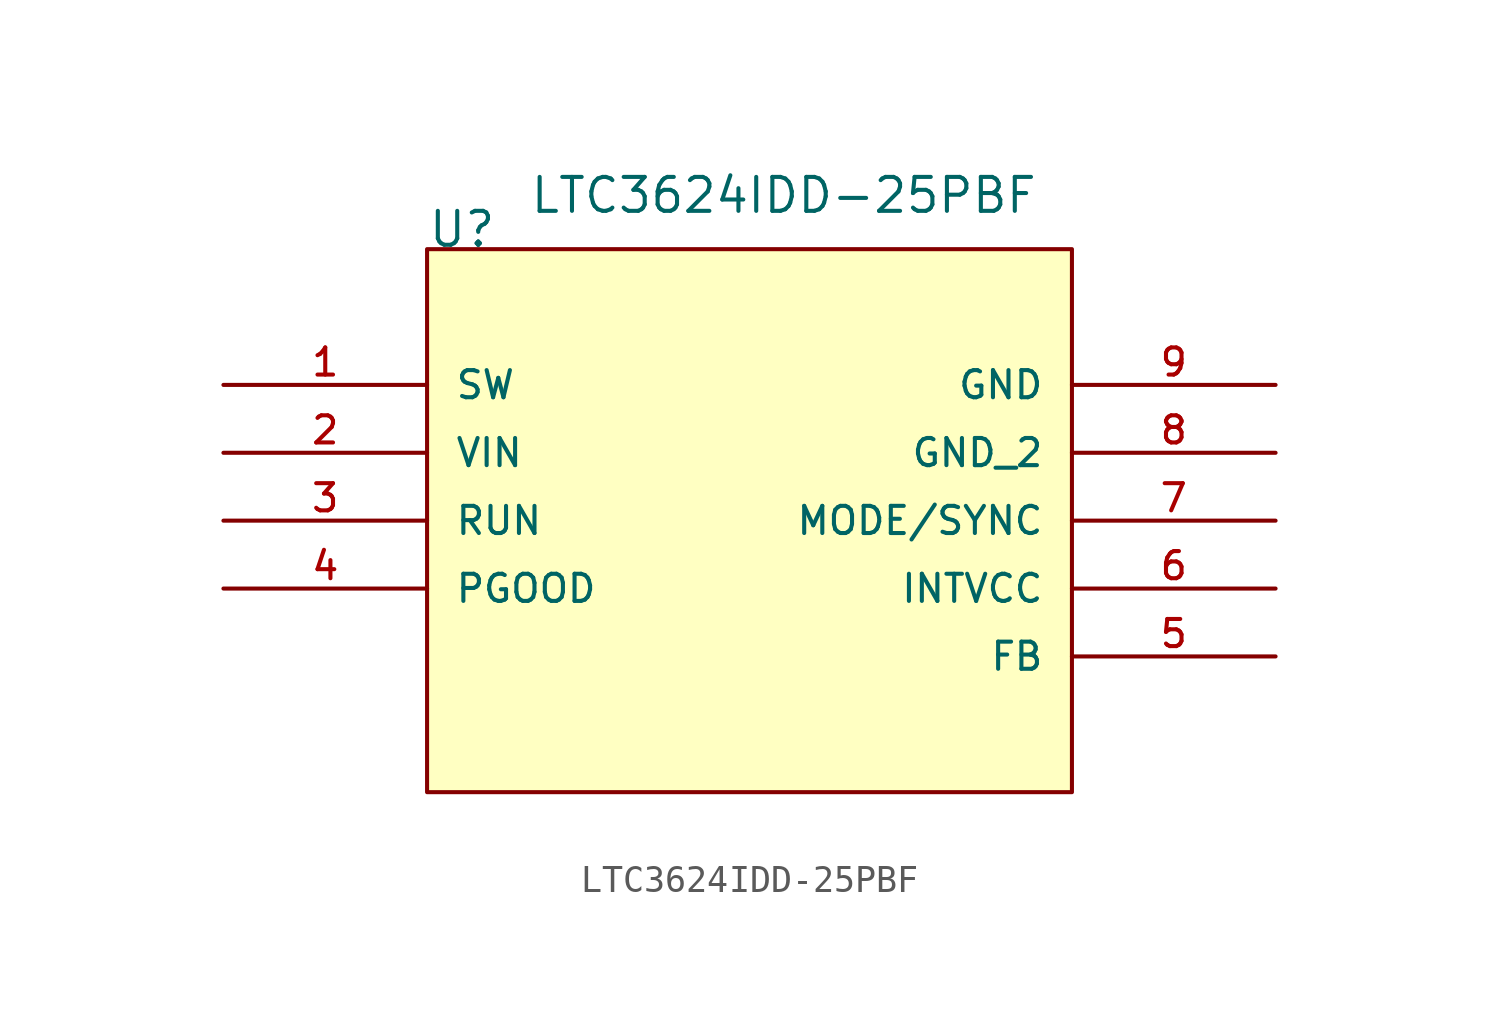
<source format=kicad_sym>
(kicad_symbol_lib
  (version 20220914)
  (generator kicad_symbol_editor)
  (symbol "LTC3624IDD-25PBF"
    (pin_names
      (offset 1.016))
    (property "Reference" "U"
      (at 13.97 21.59 0)
      (effects (font (size 1.27 1.27)) (justify left bottom)))
    (property "Value" "LTC3624IDD-25PBF"
      (at 17.78 22.86 0)
      (effects (font (size 1.27 1.27)) (justify left bottom)))
    (symbol "LTC3624IDD-25PBF_0_0"
      (rectangle (start 13.97 21.59) (end 38.1 1.27) (stroke (width 0.152) (type default)) (fill (type background)))
      (pin passive line (at 6.35 16.51 0) (length 7.62) (name "SW" (effects (font (size 1.016 1.016)))) (number "1" (effects (font (size 1.016 1.016)))))
      (pin input line (at 6.35 13.97 0) (length 7.62) (name "VIN" (effects (font (size 1.016 1.016)))) (number "2" (effects (font (size 1.016 1.016)))))
      (pin input line (at 6.35 11.43 0) (length 7.62) (name "RUN" (effects (font (size 1.016 1.016)))) (number "3" (effects (font (size 1.016 1.016)))))
      (pin passive line (at 6.35 8.89 0) (length 7.62) (name "PGOOD" (effects (font (size 1.016 1.016)))) (number "4" (effects (font (size 1.016 1.016)))))
      (pin input line (at 45.72 6.35 180) (length 7.62) (name "FB" (effects (font (size 1.016 1.016)))) (number "5" (effects (font (size 1.016 1.016)))))
      (pin passive line (at 45.72 8.89 180) (length 7.62) (name "INTVCC" (effects (font (size 1.016 1.016)))) (number "6" (effects (font (size 1.016 1.016)))))
      (pin passive line (at 45.72 11.43 180) (length 7.62) (name "MODE/SYNC" (effects (font (size 1.016 1.016)))) (number "7" (effects (font (size 1.016 1.016)))))
      (pin power_in line (at 45.72 13.97 180) (length 7.62) (name "GND_2" (effects (font (size 1.016 1.016)))) (number "8" (effects (font (size 1.016 1.016)))))
      (pin power_in line (at 45.72 16.51 180) (length 7.62) (name "GND" (effects (font (size 1.016 1.016)))) (number "9" (effects (font (size 1.016 1.016))))))))
</source>
